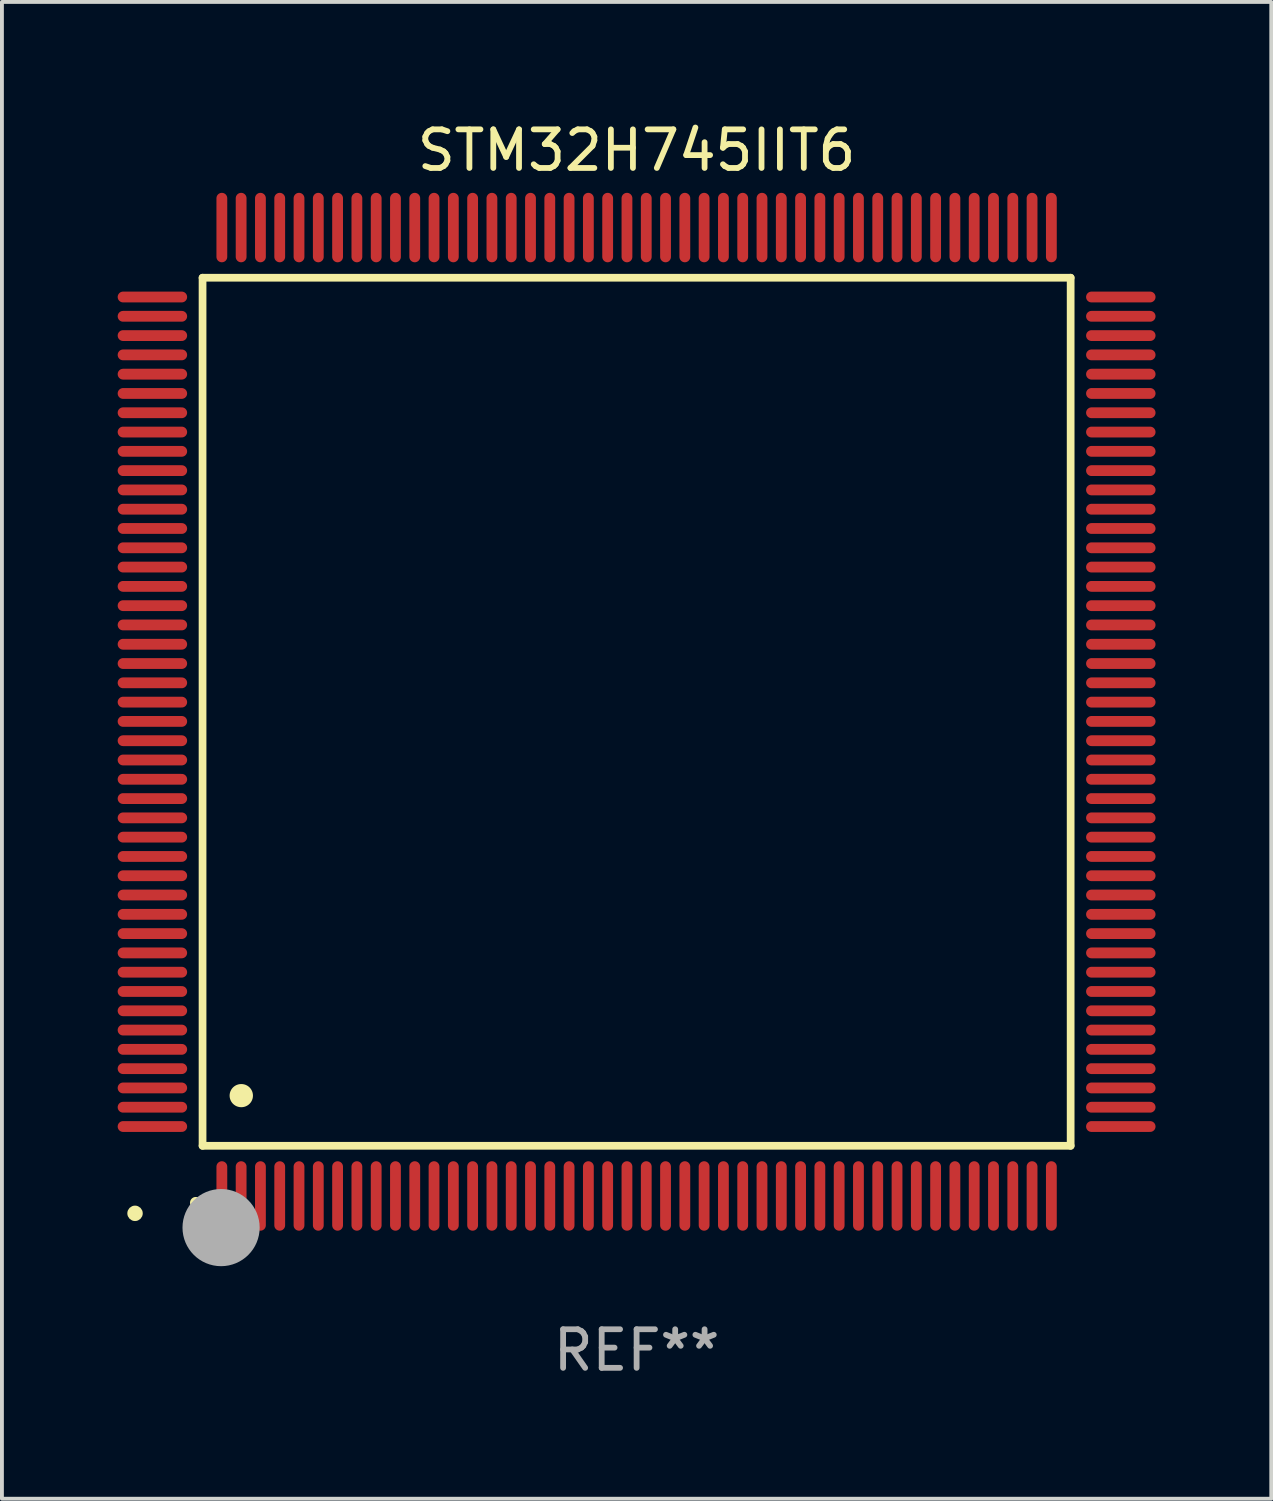
<source format=kicad_pcb>
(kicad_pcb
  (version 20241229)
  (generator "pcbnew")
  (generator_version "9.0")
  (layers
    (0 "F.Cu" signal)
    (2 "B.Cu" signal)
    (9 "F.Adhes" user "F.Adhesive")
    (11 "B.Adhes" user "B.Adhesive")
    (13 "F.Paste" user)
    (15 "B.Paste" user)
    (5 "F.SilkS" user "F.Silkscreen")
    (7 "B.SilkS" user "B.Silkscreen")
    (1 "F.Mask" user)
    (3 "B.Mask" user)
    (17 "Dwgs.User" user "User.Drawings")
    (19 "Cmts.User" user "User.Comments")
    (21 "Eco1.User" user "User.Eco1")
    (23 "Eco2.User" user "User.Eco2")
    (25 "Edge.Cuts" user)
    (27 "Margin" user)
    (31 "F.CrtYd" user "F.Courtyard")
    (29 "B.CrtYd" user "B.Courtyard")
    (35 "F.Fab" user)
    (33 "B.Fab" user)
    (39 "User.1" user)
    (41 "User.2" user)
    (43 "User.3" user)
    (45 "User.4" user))
  (footprint "STM32H745IIT6"
    (layer "F.Cu")
    (at 13.45 15.398)
    (property "Reference" "STM32H745IIT6" (at 0 -14.55 0) (layer "F.SilkS") (effects (font (size 1 1) (thickness 0.15))))
    (attr through_hole)
    (fp_line (start -11.25 -11.25) (end 11.25 -11.25) (stroke (width 0.2) (type solid)) (layer "F.SilkS"))
    (fp_line (start -11.25 11.25) (end -11.25 -11.25) (stroke (width 0.2) (type solid)) (layer "F.SilkS"))
    (fp_line (start 11.25 -11.25) (end 11.25 11.25) (stroke (width 0.2) (type solid)) (layer "F.SilkS"))
    (fp_line (start 11.25 11.25) (end -11.25 11.25) (stroke (width 0.2) (type solid)) (layer "F.SilkS"))
    (fp_arc (start -11.424943 12.725425) (mid -11.423673 12.72542) (end -11.422403 12.725425) (stroke (width 0.3) (type solid)) (layer "F.SilkS"))
    (fp_arc (start -10.24892 9.9492) (mid -10.24638 9.949189) (end -10.24384 9.9492) (stroke (width 0.6) (type solid)) (layer "F.SilkS"))
    (fp_circle (center -13 13) (end -12.9 13) (stroke (width 0.2) (type solid)) (fill no) (layer "F.SilkS"))
    (fp_circle (center -10.77 13.37) (end -10.27 13.37) (stroke (width 1) (type solid)) (fill no) (layer "F.Fab"))
    (fp_text user "REF**" (at 0 16.55 0) (layer "F.Fab") (effects (font (size 1 1) (thickness 0.15))))
    (pad "1" smd oval (at -10.75 12.55) (size 0.28 1.8) (layers "F.Cu" "F.Mask" "F.Paste"))
    (pad "2" smd oval (at -10.25 12.55) (size 0.28 1.8) (layers "F.Cu" "F.Mask" "F.Paste"))
    (pad "3" smd oval (at -9.75 12.55) (size 0.28 1.8) (layers "F.Cu" "F.Mask" "F.Paste"))
    (pad "4" smd oval (at -9.25 12.55) (size 0.28 1.8) (layers "F.Cu" "F.Mask" "F.Paste"))
    (pad "5" smd oval (at -8.75 12.55) (size 0.28 1.8) (layers "F.Cu" "F.Mask" "F.Paste"))
    (pad "6" smd oval (at -8.25 12.55) (size 0.28 1.8) (layers "F.Cu" "F.Mask" "F.Paste"))
    (pad "7" smd oval (at -7.75 12.55) (size 0.28 1.8) (layers "F.Cu" "F.Mask" "F.Paste"))
    (pad "8" smd oval (at -7.25 12.55) (size 0.28 1.8) (layers "F.Cu" "F.Mask" "F.Paste"))
    (pad "9" smd oval (at -6.75 12.55) (size 0.28 1.8) (layers "F.Cu" "F.Mask" "F.Paste"))
    (pad "10" smd oval (at -6.25 12.55) (size 0.28 1.8) (layers "F.Cu" "F.Mask" "F.Paste"))
    (pad "11" smd oval (at -5.75 12.55) (size 0.28 1.8) (layers "F.Cu" "F.Mask" "F.Paste"))
    (pad "12" smd oval (at -5.25 12.55) (size 0.28 1.8) (layers "F.Cu" "F.Mask" "F.Paste"))
    (pad "13" smd oval (at -4.75 12.55) (size 0.28 1.8) (layers "F.Cu" "F.Mask" "F.Paste"))
    (pad "14" smd oval (at -4.25 12.55) (size 0.28 1.8) (layers "F.Cu" "F.Mask" "F.Paste"))
    (pad "15" smd oval (at -3.75 12.55) (size 0.28 1.8) (layers "F.Cu" "F.Mask" "F.Paste"))
    (pad "16" smd oval (at -3.25 12.55) (size 0.28 1.8) (layers "F.Cu" "F.Mask" "F.Paste"))
    (pad "17" smd oval (at -2.75 12.55) (size 0.28 1.8) (layers "F.Cu" "F.Mask" "F.Paste"))
    (pad "18" smd oval (at -2.25 12.55) (size 0.28 1.8) (layers "F.Cu" "F.Mask" "F.Paste"))
    (pad "19" smd oval (at -1.75 12.55) (size 0.28 1.8) (layers "F.Cu" "F.Mask" "F.Paste"))
    (pad "20" smd oval (at -1.25 12.55) (size 0.28 1.8) (layers "F.Cu" "F.Mask" "F.Paste"))
    (pad "21" smd oval (at -0.75 12.55) (size 0.28 1.8) (layers "F.Cu" "F.Mask" "F.Paste"))
    (pad "22" smd oval (at -0.25 12.55) (size 0.28 1.8) (layers "F.Cu" "F.Mask" "F.Paste"))
    (pad "23" smd oval (at 0.25 12.55) (size 0.28 1.8) (layers "F.Cu" "F.Mask" "F.Paste"))
    (pad "24" smd oval (at 0.75 12.55) (size 0.28 1.8) (layers "F.Cu" "F.Mask" "F.Paste"))
    (pad "25" smd oval (at 1.25 12.55) (size 0.28 1.8) (layers "F.Cu" "F.Mask" "F.Paste"))
    (pad "26" smd oval (at 1.75 12.55) (size 0.28 1.8) (layers "F.Cu" "F.Mask" "F.Paste"))
    (pad "27" smd oval (at 2.25 12.55) (size 0.28 1.8) (layers "F.Cu" "F.Mask" "F.Paste"))
    (pad "28" smd oval (at 2.75 12.55) (size 0.28 1.8) (layers "F.Cu" "F.Mask" "F.Paste"))
    (pad "29" smd oval (at 3.25 12.55) (size 0.28 1.8) (layers "F.Cu" "F.Mask" "F.Paste"))
    (pad "30" smd oval (at 3.75 12.55) (size 0.28 1.8) (layers "F.Cu" "F.Mask" "F.Paste"))
    (pad "31" smd oval (at 4.25 12.55) (size 0.28 1.8) (layers "F.Cu" "F.Mask" "F.Paste"))
    (pad "32" smd oval (at 4.75 12.55) (size 0.28 1.8) (layers "F.Cu" "F.Mask" "F.Paste"))
    (pad "33" smd oval (at 5.25 12.55) (size 0.28 1.8) (layers "F.Cu" "F.Mask" "F.Paste"))
    (pad "34" smd oval (at 5.75 12.55) (size 0.28 1.8) (layers "F.Cu" "F.Mask" "F.Paste"))
    (pad "35" smd oval (at 6.25 12.55) (size 0.28 1.8) (layers "F.Cu" "F.Mask" "F.Paste"))
    (pad "36" smd oval (at 6.75 12.55) (size 0.28 1.8) (layers "F.Cu" "F.Mask" "F.Paste"))
    (pad "37" smd oval (at 7.25 12.55) (size 0.28 1.8) (layers "F.Cu" "F.Mask" "F.Paste"))
    (pad "38" smd oval (at 7.75 12.55) (size 0.28 1.8) (layers "F.Cu" "F.Mask" "F.Paste"))
    (pad "39" smd oval (at 8.25 12.55) (size 0.28 1.8) (layers "F.Cu" "F.Mask" "F.Paste"))
    (pad "40" smd oval (at 8.75 12.55) (size 0.28 1.8) (layers "F.Cu" "F.Mask" "F.Paste"))
    (pad "41" smd oval (at 9.25 12.55) (size 0.28 1.8) (layers "F.Cu" "F.Mask" "F.Paste"))
    (pad "42" smd oval (at 9.75 12.55) (size 0.28 1.8) (layers "F.Cu" "F.Mask" "F.Paste"))
    (pad "43" smd oval (at 10.25 12.55) (size 0.28 1.8) (layers "F.Cu" "F.Mask" "F.Paste"))
    (pad "44" smd oval (at 10.75 12.55) (size 0.28 1.8) (layers "F.Cu" "F.Mask" "F.Paste"))
    (pad "45" smd oval (at 12.55 10.75) (size 1.8 0.28) (layers "F.Cu" "F.Mask" "F.Paste"))
    (pad "46" smd oval (at 12.55 10.25) (size 1.8 0.28) (layers "F.Cu" "F.Mask" "F.Paste"))
    (pad "47" smd oval (at 12.55 9.75) (size 1.8 0.28) (layers "F.Cu" "F.Mask" "F.Paste"))
    (pad "48" smd oval (at 12.55 9.25) (size 1.8 0.28) (layers "F.Cu" "F.Mask" "F.Paste"))
    (pad "49" smd oval (at 12.55 8.75) (size 1.8 0.28) (layers "F.Cu" "F.Mask" "F.Paste"))
    (pad "50" smd oval (at 12.55 8.25) (size 1.8 0.28) (layers "F.Cu" "F.Mask" "F.Paste"))
    (pad "51" smd oval (at 12.55 7.75) (size 1.8 0.28) (layers "F.Cu" "F.Mask" "F.Paste"))
    (pad "52" smd oval (at 12.55 7.25) (size 1.8 0.28) (layers "F.Cu" "F.Mask" "F.Paste"))
    (pad "53" smd oval (at 12.55 6.75) (size 1.8 0.28) (layers "F.Cu" "F.Mask" "F.Paste"))
    (pad "54" smd oval (at 12.55 6.25) (size 1.8 0.28) (layers "F.Cu" "F.Mask" "F.Paste"))
    (pad "55" smd oval (at 12.55 5.75) (size 1.8 0.28) (layers "F.Cu" "F.Mask" "F.Paste"))
    (pad "56" smd oval (at 12.55 5.25) (size 1.8 0.28) (layers "F.Cu" "F.Mask" "F.Paste"))
    (pad "57" smd oval (at 12.55 4.75) (size 1.8 0.28) (layers "F.Cu" "F.Mask" "F.Paste"))
    (pad "58" smd oval (at 12.55 4.25) (size 1.8 0.28) (layers "F.Cu" "F.Mask" "F.Paste"))
    (pad "59" smd oval (at 12.55 3.75) (size 1.8 0.28) (layers "F.Cu" "F.Mask" "F.Paste"))
    (pad "60" smd oval (at 12.55 3.25) (size 1.8 0.28) (layers "F.Cu" "F.Mask" "F.Paste"))
    (pad "61" smd oval (at 12.55 2.75) (size 1.8 0.28) (layers "F.Cu" "F.Mask" "F.Paste"))
    (pad "62" smd oval (at 12.55 2.25) (size 1.8 0.28) (layers "F.Cu" "F.Mask" "F.Paste"))
    (pad "63" smd oval (at 12.55 1.75) (size 1.8 0.28) (layers "F.Cu" "F.Mask" "F.Paste"))
    (pad "64" smd oval (at 12.55 1.25) (size 1.8 0.28) (layers "F.Cu" "F.Mask" "F.Paste"))
    (pad "65" smd oval (at 12.55 0.75) (size 1.8 0.28) (layers "F.Cu" "F.Mask" "F.Paste"))
    (pad "66" smd oval (at 12.55 0.25) (size 1.8 0.28) (layers "F.Cu" "F.Mask" "F.Paste"))
    (pad "67" smd oval (at 12.55 -0.25) (size 1.8 0.28) (layers "F.Cu" "F.Mask" "F.Paste"))
    (pad "68" smd oval (at 12.55 -0.75) (size 1.8 0.28) (layers "F.Cu" "F.Mask" "F.Paste"))
    (pad "69" smd oval (at 12.55 -1.25) (size 1.8 0.28) (layers "F.Cu" "F.Mask" "F.Paste"))
    (pad "70" smd oval (at 12.55 -1.75) (size 1.8 0.28) (layers "F.Cu" "F.Mask" "F.Paste"))
    (pad "71" smd oval (at 12.55 -2.25) (size 1.8 0.28) (layers "F.Cu" "F.Mask" "F.Paste"))
    (pad "72" smd oval (at 12.55 -2.75) (size 1.8 0.28) (layers "F.Cu" "F.Mask" "F.Paste"))
    (pad "73" smd oval (at 12.55 -3.25) (size 1.8 0.28) (layers "F.Cu" "F.Mask" "F.Paste"))
    (pad "74" smd oval (at 12.55 -3.75) (size 1.8 0.28) (layers "F.Cu" "F.Mask" "F.Paste"))
    (pad "75" smd oval (at 12.55 -4.25) (size 1.8 0.28) (layers "F.Cu" "F.Mask" "F.Paste"))
    (pad "76" smd oval (at 12.55 -4.75) (size 1.8 0.28) (layers "F.Cu" "F.Mask" "F.Paste"))
    (pad "77" smd oval (at 12.55 -5.25) (size 1.8 0.28) (layers "F.Cu" "F.Mask" "F.Paste"))
    (pad "78" smd oval (at 12.55 -5.75) (size 1.8 0.28) (layers "F.Cu" "F.Mask" "F.Paste"))
    (pad "79" smd oval (at 12.55 -6.25) (size 1.8 0.28) (layers "F.Cu" "F.Mask" "F.Paste"))
    (pad "80" smd oval (at 12.55 -6.75) (size 1.8 0.28) (layers "F.Cu" "F.Mask" "F.Paste"))
    (pad "81" smd oval (at 12.55 -7.25) (size 1.8 0.28) (layers "F.Cu" "F.Mask" "F.Paste"))
    (pad "82" smd oval (at 12.55 -7.75) (size 1.8 0.28) (layers "F.Cu" "F.Mask" "F.Paste"))
    (pad "83" smd oval (at 12.55 -8.25) (size 1.8 0.28) (layers "F.Cu" "F.Mask" "F.Paste"))
    (pad "84" smd oval (at 12.55 -8.75) (size 1.8 0.28) (layers "F.Cu" "F.Mask" "F.Paste"))
    (pad "85" smd oval (at 12.55 -9.25) (size 1.8 0.28) (layers "F.Cu" "F.Mask" "F.Paste"))
    (pad "86" smd oval (at 12.55 -9.75) (size 1.8 0.28) (layers "F.Cu" "F.Mask" "F.Paste"))
    (pad "87" smd oval (at 12.55 -10.25) (size 1.8 0.28) (layers "F.Cu" "F.Mask" "F.Paste"))
    (pad "88" smd oval (at 12.55 -10.75) (size 1.8 0.28) (layers "F.Cu" "F.Mask" "F.Paste"))
    (pad "89" smd oval (at 10.75 -12.55) (size 0.28 1.8) (layers "F.Cu" "F.Mask" "F.Paste"))
    (pad "90" smd oval (at 10.25 -12.55) (size 0.28 1.8) (layers "F.Cu" "F.Mask" "F.Paste"))
    (pad "91" smd oval (at 9.75 -12.55) (size 0.28 1.8) (layers "F.Cu" "F.Mask" "F.Paste"))
    (pad "92" smd oval (at 9.25 -12.55) (size 0.28 1.8) (layers "F.Cu" "F.Mask" "F.Paste"))
    (pad "93" smd oval (at 8.75 -12.55) (size 0.28 1.8) (layers "F.Cu" "F.Mask" "F.Paste"))
    (pad "94" smd oval (at 8.25 -12.55) (size 0.28 1.8) (layers "F.Cu" "F.Mask" "F.Paste"))
    (pad "95" smd oval (at 7.75 -12.55) (size 0.28 1.8) (layers "F.Cu" "F.Mask" "F.Paste"))
    (pad "96" smd oval (at 7.25 -12.55) (size 0.28 1.8) (layers "F.Cu" "F.Mask" "F.Paste"))
    (pad "97" smd oval (at 6.75 -12.55) (size 0.28 1.8) (layers "F.Cu" "F.Mask" "F.Paste"))
    (pad "98" smd oval (at 6.25 -12.55) (size 0.28 1.8) (layers "F.Cu" "F.Mask" "F.Paste"))
    (pad "99" smd oval (at 5.75 -12.55) (size 0.28 1.8) (layers "F.Cu" "F.Mask" "F.Paste"))
    (pad "100" smd oval (at 5.25 -12.55) (size 0.28 1.8) (layers "F.Cu" "F.Mask" "F.Paste"))
    (pad "101" smd oval (at 4.75 -12.55) (size 0.28 1.8) (layers "F.Cu" "F.Mask" "F.Paste"))
    (pad "102" smd oval (at 4.25 -12.55) (size 0.28 1.8) (layers "F.Cu" "F.Mask" "F.Paste"))
    (pad "103" smd oval (at 3.75 -12.55) (size 0.28 1.8) (layers "F.Cu" "F.Mask" "F.Paste"))
    (pad "104" smd oval (at 3.25 -12.55) (size 0.28 1.8) (layers "F.Cu" "F.Mask" "F.Paste"))
    (pad "105" smd oval (at 2.75 -12.55) (size 0.28 1.8) (layers "F.Cu" "F.Mask" "F.Paste"))
    (pad "106" smd oval (at 2.25 -12.55) (size 0.28 1.8) (layers "F.Cu" "F.Mask" "F.Paste"))
    (pad "107" smd oval (at 1.75 -12.55) (size 0.28 1.8) (layers "F.Cu" "F.Mask" "F.Paste"))
    (pad "108" smd oval (at 1.25 -12.55) (size 0.28 1.8) (layers "F.Cu" "F.Mask" "F.Paste"))
    (pad "109" smd oval (at 0.75 -12.55) (size 0.28 1.8) (layers "F.Cu" "F.Mask" "F.Paste"))
    (pad "110" smd oval (at 0.25 -12.55) (size 0.28 1.8) (layers "F.Cu" "F.Mask" "F.Paste"))
    (pad "111" smd oval (at -0.25 -12.55) (size 0.28 1.8) (layers "F.Cu" "F.Mask" "F.Paste"))
    (pad "112" smd oval (at -0.75 -12.55) (size 0.28 1.8) (layers "F.Cu" "F.Mask" "F.Paste"))
    (pad "113" smd oval (at -1.25 -12.55) (size 0.28 1.8) (layers "F.Cu" "F.Mask" "F.Paste"))
    (pad "114" smd oval (at -1.75 -12.55) (size 0.28 1.8) (layers "F.Cu" "F.Mask" "F.Paste"))
    (pad "115" smd oval (at -2.25 -12.55) (size 0.28 1.8) (layers "F.Cu" "F.Mask" "F.Paste"))
    (pad "116" smd oval (at -2.75 -12.55) (size 0.28 1.8) (layers "F.Cu" "F.Mask" "F.Paste"))
    (pad "117" smd oval (at -3.25 -12.55) (size 0.28 1.8) (layers "F.Cu" "F.Mask" "F.Paste"))
    (pad "118" smd oval (at -3.75 -12.55) (size 0.28 1.8) (layers "F.Cu" "F.Mask" "F.Paste"))
    (pad "119" smd oval (at -4.25 -12.55) (size 0.28 1.8) (layers "F.Cu" "F.Mask" "F.Paste"))
    (pad "120" smd oval (at -4.75 -12.55) (size 0.28 1.8) (layers "F.Cu" "F.Mask" "F.Paste"))
    (pad "121" smd oval (at -5.25 -12.55) (size 0.28 1.8) (layers "F.Cu" "F.Mask" "F.Paste"))
    (pad "122" smd oval (at -5.75 -12.55) (size 0.28 1.8) (layers "F.Cu" "F.Mask" "F.Paste"))
    (pad "123" smd oval (at -6.25 -12.55) (size 0.28 1.8) (layers "F.Cu" "F.Mask" "F.Paste"))
    (pad "124" smd oval (at -6.75 -12.55) (size 0.28 1.8) (layers "F.Cu" "F.Mask" "F.Paste"))
    (pad "125" smd oval (at -7.25 -12.55) (size 0.28 1.8) (layers "F.Cu" "F.Mask" "F.Paste"))
    (pad "126" smd oval (at -7.75 -12.55) (size 0.28 1.8) (layers "F.Cu" "F.Mask" "F.Paste"))
    (pad "127" smd oval (at -8.25 -12.55) (size 0.28 1.8) (layers "F.Cu" "F.Mask" "F.Paste"))
    (pad "128" smd oval (at -8.75 -12.55) (size 0.28 1.8) (layers "F.Cu" "F.Mask" "F.Paste"))
    (pad "129" smd oval (at -9.25 -12.55) (size 0.28 1.8) (layers "F.Cu" "F.Mask" "F.Paste"))
    (pad "130" smd oval (at -9.75 -12.55) (size 0.28 1.8) (layers "F.Cu" "F.Mask" "F.Paste"))
    (pad "131" smd oval (at -10.25 -12.55) (size 0.28 1.8) (layers "F.Cu" "F.Mask" "F.Paste"))
    (pad "132" smd oval (at -10.75 -12.55) (size 0.28 1.8) (layers "F.Cu" "F.Mask" "F.Paste"))
    (pad "133" smd oval (at -12.55 -10.75) (size 1.8 0.28) (layers "F.Cu" "F.Mask" "F.Paste"))
    (pad "134" smd oval (at -12.55 -10.25) (size 1.8 0.28) (layers "F.Cu" "F.Mask" "F.Paste"))
    (pad "135" smd oval (at -12.55 -9.75) (size 1.8 0.28) (layers "F.Cu" "F.Mask" "F.Paste"))
    (pad "136" smd oval (at -12.55 -9.25) (size 1.8 0.28) (layers "F.Cu" "F.Mask" "F.Paste"))
    (pad "137" smd oval (at -12.55 -8.75) (size 1.8 0.28) (layers "F.Cu" "F.Mask" "F.Paste"))
    (pad "138" smd oval (at -12.55 -8.25) (size 1.8 0.28) (layers "F.Cu" "F.Mask" "F.Paste"))
    (pad "139" smd oval (at -12.55 -7.75) (size 1.8 0.28) (layers "F.Cu" "F.Mask" "F.Paste"))
    (pad "140" smd oval (at -12.55 -7.25) (size 1.8 0.28) (layers "F.Cu" "F.Mask" "F.Paste"))
    (pad "141" smd oval (at -12.55 -6.75) (size 1.8 0.28) (layers "F.Cu" "F.Mask" "F.Paste"))
    (pad "142" smd oval (at -12.55 -6.25) (size 1.8 0.28) (layers "F.Cu" "F.Mask" "F.Paste"))
    (pad "143" smd oval (at -12.55 -5.75) (size 1.8 0.28) (layers "F.Cu" "F.Mask" "F.Paste"))
    (pad "144" smd oval (at -12.55 -5.25) (size 1.8 0.28) (layers "F.Cu" "F.Mask" "F.Paste"))
    (pad "145" smd oval (at -12.55 -4.75) (size 1.8 0.28) (layers "F.Cu" "F.Mask" "F.Paste"))
    (pad "146" smd oval (at -12.55 -4.25) (size 1.8 0.28) (layers "F.Cu" "F.Mask" "F.Paste"))
    (pad "147" smd oval (at -12.55 -3.75) (size 1.8 0.28) (layers "F.Cu" "F.Mask" "F.Paste"))
    (pad "148" smd oval (at -12.55 -3.25) (size 1.8 0.28) (layers "F.Cu" "F.Mask" "F.Paste"))
    (pad "149" smd oval (at -12.55 -2.75) (size 1.8 0.28) (layers "F.Cu" "F.Mask" "F.Paste"))
    (pad "150" smd oval (at -12.55 -2.25) (size 1.8 0.28) (layers "F.Cu" "F.Mask" "F.Paste"))
    (pad "151" smd oval (at -12.55 -1.75) (size 1.8 0.28) (layers "F.Cu" "F.Mask" "F.Paste"))
    (pad "152" smd oval (at -12.55 -1.25) (size 1.8 0.28) (layers "F.Cu" "F.Mask" "F.Paste"))
    (pad "153" smd oval (at -12.55 -0.75) (size 1.8 0.28) (layers "F.Cu" "F.Mask" "F.Paste"))
    (pad "154" smd oval (at -12.55 -0.25) (size 1.8 0.28) (layers "F.Cu" "F.Mask" "F.Paste"))
    (pad "155" smd oval (at -12.55 0.25) (size 1.8 0.28) (layers "F.Cu" "F.Mask" "F.Paste"))
    (pad "156" smd oval (at -12.55 0.75) (size 1.8 0.28) (layers "F.Cu" "F.Mask" "F.Paste"))
    (pad "157" smd oval (at -12.55 1.25) (size 1.8 0.28) (layers "F.Cu" "F.Mask" "F.Paste"))
    (pad "158" smd oval (at -12.55 1.75) (size 1.8 0.28) (layers "F.Cu" "F.Mask" "F.Paste"))
    (pad "159" smd oval (at -12.55 2.25) (size 1.8 0.28) (layers "F.Cu" "F.Mask" "F.Paste"))
    (pad "160" smd oval (at -12.55 2.75) (size 1.8 0.28) (layers "F.Cu" "F.Mask" "F.Paste"))
    (pad "161" smd oval (at -12.55 3.25) (size 1.8 0.28) (layers "F.Cu" "F.Mask" "F.Paste"))
    (pad "162" smd oval (at -12.55 3.75) (size 1.8 0.28) (layers "F.Cu" "F.Mask" "F.Paste"))
    (pad "163" smd oval (at -12.55 4.25) (size 1.8 0.28) (layers "F.Cu" "F.Mask" "F.Paste"))
    (pad "164" smd oval (at -12.55 4.75) (size 1.8 0.28) (layers "F.Cu" "F.Mask" "F.Paste"))
    (pad "165" smd oval (at -12.55 5.25) (size 1.8 0.28) (layers "F.Cu" "F.Mask" "F.Paste"))
    (pad "166" smd oval (at -12.55 5.75) (size 1.8 0.28) (layers "F.Cu" "F.Mask" "F.Paste"))
    (pad "167" smd oval (at -12.55 6.25) (size 1.8 0.28) (layers "F.Cu" "F.Mask" "F.Paste"))
    (pad "168" smd oval (at -12.55 6.75) (size 1.8 0.28) (layers "F.Cu" "F.Mask" "F.Paste"))
    (pad "169" smd oval (at -12.55 7.25) (size 1.8 0.28) (layers "F.Cu" "F.Mask" "F.Paste"))
    (pad "170" smd oval (at -12.55 7.75) (size 1.8 0.28) (layers "F.Cu" "F.Mask" "F.Paste"))
    (pad "171" smd oval (at -12.55 8.25) (size 1.8 0.28) (layers "F.Cu" "F.Mask" "F.Paste"))
    (pad "172" smd oval (at -12.55 8.75) (size 1.8 0.28) (layers "F.Cu" "F.Mask" "F.Paste"))
    (pad "173" smd oval (at -12.55 9.25) (size 1.8 0.28) (layers "F.Cu" "F.Mask" "F.Paste"))
    (pad "174" smd oval (at -12.55 9.75) (size 1.8 0.28) (layers "F.Cu" "F.Mask" "F.Paste"))
    (pad "175" smd oval (at -12.55 10.25) (size 1.8 0.28) (layers "F.Cu" "F.Mask" "F.Paste"))
    (pad "176" smd oval (at -12.55 10.75) (size 1.8 0.28) (layers "F.Cu" "F.Mask" "F.Paste")))
  (gr_rect
    (start -3 -3)
    (end 29.9 35.796)
    (stroke (width 0.1) (type default))
    (fill no)
    (layer "Edge.Cuts")))
</source>
